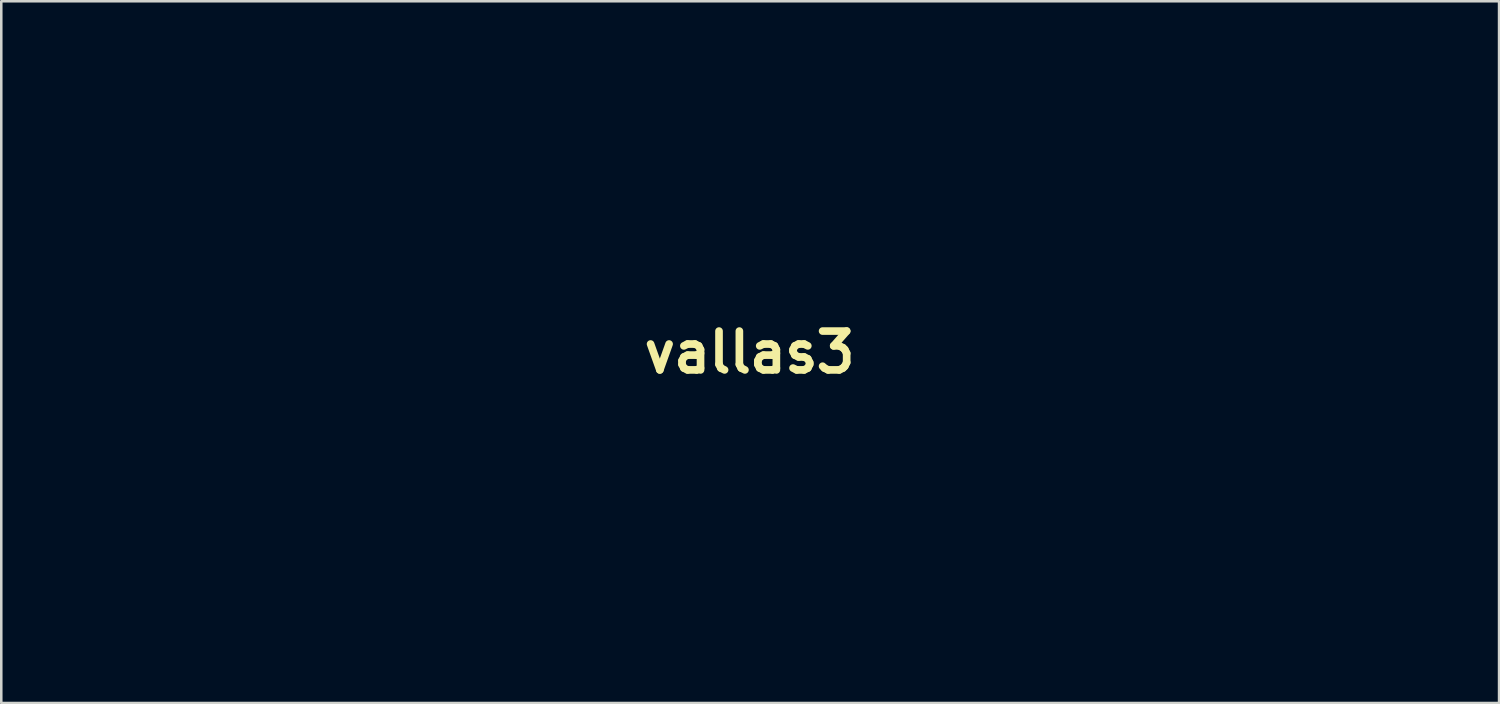
<source format=kicad_pcb>
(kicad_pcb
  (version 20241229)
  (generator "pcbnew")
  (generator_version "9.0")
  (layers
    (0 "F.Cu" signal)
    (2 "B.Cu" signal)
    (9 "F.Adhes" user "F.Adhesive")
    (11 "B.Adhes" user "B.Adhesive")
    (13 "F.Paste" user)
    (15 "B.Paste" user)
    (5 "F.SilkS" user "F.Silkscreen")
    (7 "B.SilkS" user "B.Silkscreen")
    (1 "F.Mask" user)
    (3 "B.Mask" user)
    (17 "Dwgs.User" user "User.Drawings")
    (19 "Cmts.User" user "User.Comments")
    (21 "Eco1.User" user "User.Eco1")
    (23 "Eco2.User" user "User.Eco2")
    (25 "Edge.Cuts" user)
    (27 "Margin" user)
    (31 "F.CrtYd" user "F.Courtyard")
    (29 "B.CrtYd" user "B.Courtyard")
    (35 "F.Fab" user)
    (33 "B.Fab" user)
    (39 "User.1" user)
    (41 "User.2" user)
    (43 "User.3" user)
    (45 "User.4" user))
  (footprint "vallas3"
    (layer "F.Cu")
    (at 26.358 10.774)
    (property "Reference" "vallas3" (at 0 0 0) (layer "F.SilkS") (effects (font (size 1.524 1.524) (thickness 0.3))))
    (attr through_hole)
    (fp_poly (pts (xy -5.923 1.745) (xy -5.841 1.934) (xy -5.784 2.313) (xy -5.746 2.932) (xy -5.725 3.844) (xy -5.716 5.1) (xy -5.715 5.927) (xy -5.715 10.16) (xy -2.752 10.16) (xy -1.515 10.175) (xy -0.583 10.217) (xy 0.006 10.283) (xy 0.212 10.371) (xy 0.212 10.372) (xy 0.006 10.457) (xy -0.588 10.522) (xy -1.536 10.565) (xy -2.802 10.583) (xy -3.069 10.583) (xy -6.35 10.583) (xy -6.35 6.138) (xy -6.346 4.638) (xy -6.333 3.51) (xy -6.307 2.705) (xy -6.263 2.171) (xy -6.199 1.859) (xy -6.111 1.718) (xy -6.032 1.693) (xy -5.923 1.745)) (stroke (width 0.01) (type solid)) (fill yes) (layer "F.Mask"))
    (fp_poly (pts (xy 1.909 1.745) (xy 1.99 1.934) (xy 2.048 2.313) (xy 2.086 2.932) (xy 2.107 3.844) (xy 2.116 5.1) (xy 2.117 5.927) (xy 2.117 10.16) (xy 5.08 10.16) (xy 6.316 10.175) (xy 7.249 10.217) (xy 7.838 10.283) (xy 8.043 10.371) (xy 8.043 10.372) (xy 7.838 10.457) (xy 7.244 10.522) (xy 6.296 10.565) (xy 5.029 10.583) (xy 4.763 10.583) (xy 1.482 10.583) (xy 1.482 6.138) (xy 1.485 4.638) (xy 1.499 3.51) (xy 1.525 2.705) (xy 1.569 2.171) (xy 1.632 1.859) (xy 1.72 1.718) (xy 1.799 1.693) (xy 1.909 1.745)) (stroke (width 0.01) (type solid)) (fill yes) (layer "F.Mask"))
    (fp_poly (pts (xy -11.589 -10.544) (xy -10.262 -10.451) (xy -9.284 -10.276) (xy -8.584 -9.992) (xy -8.091 -9.57) (xy -7.754 -9.026) (xy -7.456 -8.162) (xy -7.481 -7.379) (xy -7.754 -6.637) (xy -8.178 -6.015) (xy -8.806 -5.578) (xy -9.706 -5.297) (xy -10.947 -5.14) (xy -11.039 -5.133) (xy -12.7 -5.02) (xy -12.7 -0.423) (xy -13.758 -0.423) (xy -13.758 -9.525) (xy -12.7 -9.525) (xy -12.7 -6.138) (xy -11.334 -6.138) (xy -10.528 -6.175) (xy -9.823 -6.271) (xy -9.443 -6.377) (xy -8.867 -6.851) (xy -8.573 -7.538) (xy -8.616 -8.298) (xy -8.667 -8.439) (xy -9.018 -8.975) (xy -9.587 -9.315) (xy -10.44 -9.488) (xy -11.334 -9.525) (xy -12.7 -9.525) (xy -13.758 -9.525) (xy -13.758 -10.631) (xy -11.589 -10.544)) (stroke (width 0.01) (type solid)) (fill yes) (layer "F.Mask"))
    (fp_poly (pts (xy -16.77 1.828) (xy -16.781 1.958) (xy -16.894 2.223) (xy -17.153 2.814) (xy -17.531 3.671) (xy -18.001 4.733) (xy -18.535 5.94) (xy -18.741 6.403) (xy -19.443 7.956) (xy -20.004 9.132) (xy -20.433 9.95) (xy -20.74 10.427) (xy -20.934 10.583) (xy -20.935 10.583) (xy -21.126 10.429) (xy -21.429 9.955) (xy -21.853 9.143) (xy -22.407 7.974) (xy -23.101 6.429) (xy -23.159 6.296) (xy -23.713 5.041) (xy -24.211 3.915) (xy -24.627 2.976) (xy -24.937 2.282) (xy -25.113 1.892) (xy -25.142 1.832) (xy -25.061 1.716) (xy -24.87 1.726) (xy -24.613 1.964) (xy -24.223 2.604) (xy -23.7 3.643) (xy -23.139 4.868) (xy -22.635 6.005) (xy -22.156 7.083) (xy -21.746 8.008) (xy -21.446 8.685) (xy -21.355 8.889) (xy -20.933 9.84) (xy -19.119 5.767) (xy -18.42 4.233) (xy -17.848 3.048) (xy -17.409 2.226) (xy -17.108 1.778) (xy -16.99 1.693) (xy -16.77 1.828)) (stroke (width 0.01) (type solid)) (fill yes) (layer "F.Mask"))
    (fp_poly (pts (xy -11.871 1.856) (xy -11.55 2.353) (xy -11.096 3.2) (xy -10.502 4.41) (xy -9.76 5.997) (xy -9.69 6.151) (xy -9.007 7.659) (xy -8.501 8.818) (xy -8.161 9.655) (xy -7.976 10.201) (xy -7.934 10.484) (xy -8.004 10.541) (xy -8.233 10.314) (xy -8.607 9.702) (xy -9.121 8.712) (xy -9.771 7.354) (xy -10.159 6.509) (xy -10.705 5.319) (xy -11.194 4.271) (xy -11.6 3.424) (xy -11.894 2.833) (xy -12.05 2.556) (xy -12.065 2.543) (xy -12.18 2.726) (xy -12.441 3.238) (xy -12.819 4.022) (xy -13.289 5.022) (xy -13.822 6.18) (xy -13.97 6.507) (xy -14.699 8.077) (xy -15.288 9.266) (xy -15.734 10.07) (xy -16.036 10.483) (xy -16.128 10.542) (xy -16.202 10.463) (xy -16.146 10.154) (xy -15.947 9.585) (xy -15.595 8.725) (xy -15.076 7.544) (xy -14.446 6.152) (xy -13.691 4.531) (xy -13.085 3.289) (xy -12.62 2.412) (xy -12.288 1.886) (xy -12.08 1.695) (xy -12.068 1.693) (xy -11.871 1.856)) (stroke (width 0.01) (type solid)) (fill yes) (layer "F.Mask"))
    (fp_poly (pts (xy 14.033 1.896) (xy 14.277 2.209) (xy 14.608 2.774) (xy 15.046 3.628) (xy 15.611 4.805) (xy 16.221 6.122) (xy 16.792 7.37) (xy 17.298 8.482) (xy 17.716 9.405) (xy 18.018 10.081) (xy 18.182 10.457) (xy 18.203 10.514) (xy 18.03 10.576) (xy 17.886 10.583) (xy 17.603 10.554) (xy 17.568 10.53) (xy 17.482 10.279) (xy 17.246 9.727) (xy 16.895 8.945) (xy 16.461 8.001) (xy 15.976 6.964) (xy 15.473 5.905) (xy 14.985 4.892) (xy 14.546 3.994) (xy 14.187 3.281) (xy 13.943 2.822) (xy 13.847 2.682) (xy 13.715 2.878) (xy 13.438 3.401) (xy 13.046 4.195) (xy 12.567 5.201) (xy 12.029 6.361) (xy 11.897 6.651) (xy 11.287 7.959) (xy 10.751 9.049) (xy 10.312 9.879) (xy 9.991 10.405) (xy 9.816 10.583) (xy 9.551 10.537) (xy 9.525 10.505) (xy 9.609 10.298) (xy 9.845 9.763) (xy 10.208 8.954) (xy 10.673 7.927) (xy 11.215 6.739) (xy 11.501 6.113) (xy 12.191 4.626) (xy 12.737 3.494) (xy 13.159 2.682) (xy 13.477 2.152) (xy 13.71 1.871) (xy 13.858 1.799) (xy 14.033 1.896)) (stroke (width 0.01) (type solid)) (fill yes) (layer "F.Mask"))
    (fp_poly (pts (xy 0.745 -10.569) (xy 1.863 -10.199) (xy 2.83 -9.528) (xy 3.436 -8.899) (xy 4.199 -7.692) (xy 4.601 -6.306) (xy 4.629 -4.801) (xy 4.421 -3.704) (xy 4.051 -2.927) (xy 3.411 -2.094) (xy 2.617 -1.32) (xy 1.785 -0.722) (xy 1.164 -0.448) (xy -0.351 -0.221) (xy -1.829 -0.362) (xy -2.866 -0.713) (xy -4.1 -1.505) (xy -5.032 -2.56) (xy -5.634 -3.818) (xy -5.827 -4.933) (xy -4.811 -4.933) (xy -4.568 -3.931) (xy -4.129 -3.13) (xy -3.484 -2.362) (xy -2.75 -1.742) (xy -2.044 -1.383) (xy -1.963 -1.363) (xy -1.458 -1.242) (xy -1.164 -1.158) (xy -0.625 -1.12) (xy 0.131 -1.253) (xy 0.955 -1.518) (xy 1.677 -1.869) (xy 2.648 -2.66) (xy 3.267 -3.659) (xy 3.546 -4.893) (xy 3.555 -5.761) (xy 3.443 -6.755) (xy 3.18 -7.521) (xy 2.693 -8.194) (xy 1.908 -8.911) (xy 1.826 -8.977) (xy 1.309 -9.344) (xy 0.792 -9.552) (xy 0.108 -9.655) (xy -0.382 -9.686) (xy -1.251 -9.696) (xy -1.875 -9.606) (xy -2.426 -9.384) (xy -2.637 -9.267) (xy -3.648 -8.453) (xy -4.368 -7.401) (xy -4.767 -6.198) (xy -4.811 -4.933) (xy -5.827 -4.933) (xy -5.877 -5.218) (xy -5.732 -6.701) (xy -5.721 -6.749) (xy -5.181 -8.123) (xy -4.29 -9.285) (xy -3.237 -10.093) (xy -2.622 -10.416) (xy -2.053 -10.597) (xy -1.36 -10.673) (xy -0.635 -10.684) (xy 0.745 -10.569)) (stroke (width 0.01) (type solid)) (fill yes) (layer "F.Mask"))
    (fp_poly (pts (xy 23.108 1.542) (xy 24.38 1.798) (xy 25.315 2.306) (xy 25.915 3.069) (xy 25.926 3.092) (xy 26.192 3.754) (xy 26.208 4.119) (xy 25.977 4.233) (xy 25.972 4.233) (xy 25.728 4.053) (xy 25.474 3.609) (xy 25.428 3.49) (xy 24.975 2.812) (xy 24.241 2.322) (xy 23.329 2.032) (xy 22.343 1.954) (xy 21.386 2.099) (xy 20.562 2.479) (xy 20.12 2.891) (xy 19.748 3.549) (xy 19.77 4.145) (xy 20.161 4.746) (xy 20.493 5.03) (xy 20.982 5.268) (xy 21.717 5.493) (xy 22.754 5.732) (xy 23.715 5.956) (xy 24.575 6.194) (xy 25.211 6.409) (xy 25.435 6.512) (xy 26.079 7.097) (xy 26.395 7.835) (xy 26.402 8.637) (xy 26.119 9.412) (xy 25.563 10.072) (xy 24.755 10.526) (xy 24.593 10.576) (xy 23.496 10.754) (xy 22.287 10.754) (xy 21.183 10.579) (xy 20.9 10.492) (xy 20.061 10.116) (xy 19.514 9.645) (xy 19.13 8.966) (xy 19.123 8.95) (xy 18.875 8.187) (xy 18.902 7.745) (xy 19.156 7.62) (xy 19.412 7.803) (xy 19.473 8.133) (xy 19.672 8.844) (xy 20.213 9.477) (xy 21.017 9.957) (xy 21.637 10.15) (xy 22.849 10.284) (xy 23.935 10.167) (xy 24.83 9.826) (xy 25.471 9.289) (xy 25.796 8.585) (xy 25.823 8.287) (xy 25.632 7.655) (xy 25.132 7.094) (xy 24.438 6.717) (xy 24.254 6.667) (xy 22.645 6.299) (xy 21.408 5.968) (xy 20.495 5.65) (xy 19.862 5.318) (xy 19.461 4.946) (xy 19.245 4.509) (xy 19.168 3.979) (xy 19.165 3.822) (xy 19.352 2.938) (xy 19.889 2.248) (xy 20.74 1.773) (xy 21.868 1.535) (xy 23.108 1.542)) (stroke (width 0.01) (type solid)) (fill yes) (layer "F.Mask"))
    (fp_poly (pts (xy -20.228 -10.736) (xy -18.989 -10.465) (xy -17.75 -9.951) (xy -16.739 -9.296) (xy -16.404 -8.981) (xy -16.377 -8.759) (xy -16.584 -8.513) (xy -16.922 -8.279) (xy -17.25 -8.381) (xy -17.308 -8.422) (xy -18.674 -9.21) (xy -20.057 -9.637) (xy -21.404 -9.707) (xy -22.66 -9.425) (xy -23.77 -8.794) (xy -24.659 -7.85) (xy -25.012 -7.292) (xy -25.204 -6.778) (xy -25.283 -6.136) (xy -25.294 -5.503) (xy -25.269 -4.665) (xy -25.163 -4.076) (xy -24.929 -3.566) (xy -24.657 -3.152) (xy -23.809 -2.256) (xy -22.766 -1.632) (xy -21.611 -1.281) (xy -20.423 -1.208) (xy -19.283 -1.415) (xy -18.274 -1.905) (xy -17.475 -2.682) (xy -17.346 -2.874) (xy -17.008 -3.489) (xy -16.937 -3.886) (xy -17.174 -4.117) (xy -17.762 -4.233) (xy -18.468 -4.277) (xy -19.265 -4.32) (xy -19.733 -4.391) (xy -19.966 -4.521) (xy -20.058 -4.741) (xy -20.07 -4.815) (xy -20.084 -5.027) (xy -20.005 -5.164) (xy -19.759 -5.243) (xy -19.275 -5.28) (xy -18.48 -5.291) (xy -17.901 -5.292) (xy -16.847 -5.287) (xy -16.16 -5.239) (xy -15.784 -5.093) (xy -15.662 -4.797) (xy -15.738 -4.297) (xy -15.955 -3.539) (xy -15.975 -3.471) (xy -16.535 -2.298) (xy -17.425 -1.306) (xy -18.521 -0.608) (xy -19.409 -0.35) (xy -20.521 -0.235) (xy -21.679 -0.266) (xy -22.707 -0.448) (xy -22.913 -0.514) (xy -24.199 -1.191) (xy -25.274 -2.208) (xy -25.766 -2.918) (xy -26.086 -3.53) (xy -26.265 -4.107) (xy -26.34 -4.816) (xy -26.352 -5.503) (xy -26.328 -6.41) (xy -26.228 -7.063) (xy -26.014 -7.633) (xy -25.756 -8.105) (xy -24.845 -9.256) (xy -23.672 -10.101) (xy -22.294 -10.615) (xy -20.767 -10.769) (xy -20.228 -10.736)) (stroke (width 0.01) (type solid)) (fill yes) (layer "F.Mask")))
  (gr_rect
    (start -3 -3)
    (end 55.765 24.533)
    (stroke (width 0.1) (type default))
    (fill no)
    (layer "Edge.Cuts")))
</source>
